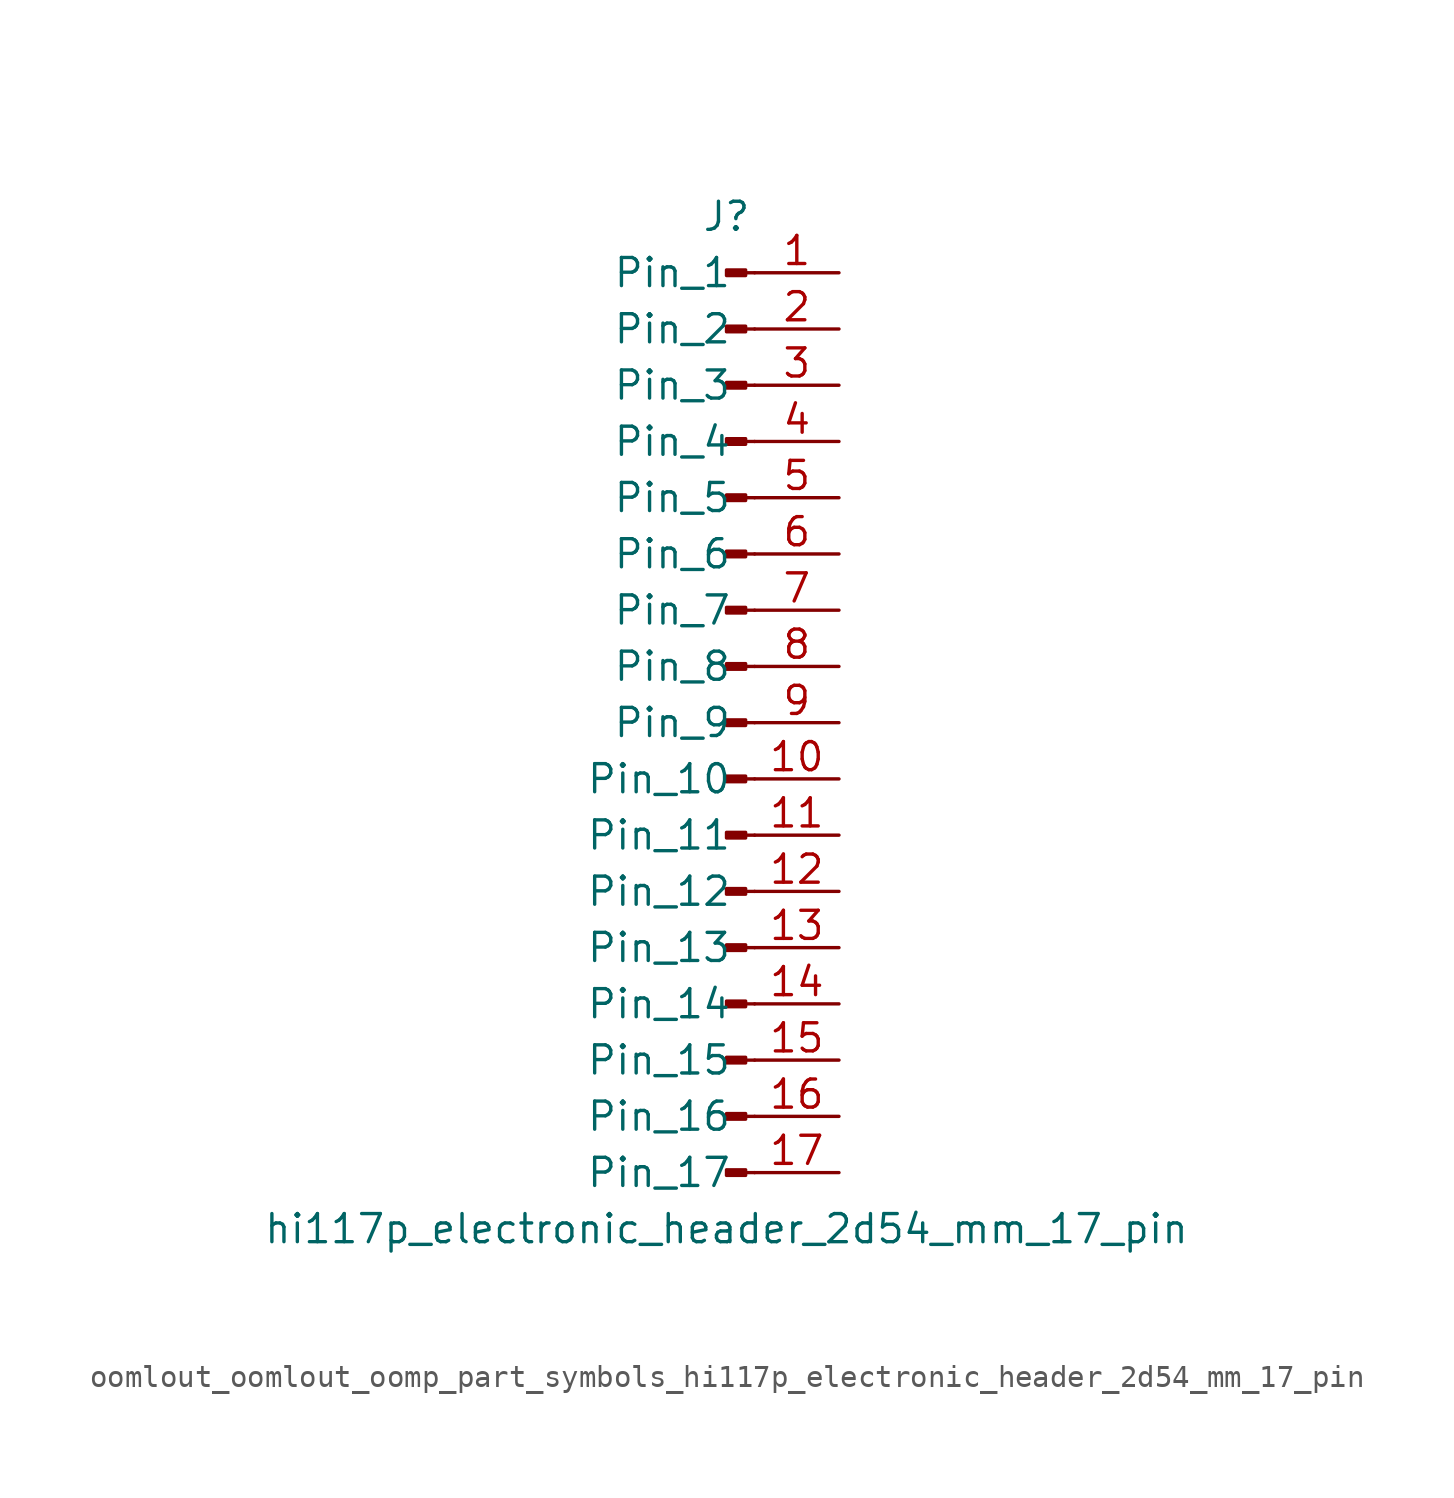
<source format=kicad_sym>
(kicad_symbol_lib
  (version 20220914)
  (generator kicad_symbol_editor)
  (symbol "oomlout_oomlout_oomp_part_symbols_hi117p_electronic_header_2d54_mm_17_pin"
    (pin_names
      (offset 1.016))
    (property "Reference" "J"
      (at 0 22.86 0)
      (effects (font (size 1.27 1.27))))
    (property "Value" "hi117p_electronic_header_2d54_mm_17_pin"
      (at 0 -22.86 0)
      (effects (font (size 1.27 1.27))))
    (property "ki_locked" ""
      (at 0 0 0)
      (effects (font (size 1.27 1.27))))
    (symbol "oomlout_oomlout_oomp_part_symbols_hi117p_electronic_header_2d54_mm_17_pin_1_1"
      (polyline (pts (xy 1.27 -20.32) (xy 0.864 -20.32)) (stroke (width 0.152) (type default)) (fill (type none)))
      (polyline (pts (xy 1.27 -17.78) (xy 0.864 -17.78)) (stroke (width 0.152) (type default)) (fill (type none)))
      (polyline (pts (xy 1.27 -15.24) (xy 0.864 -15.24)) (stroke (width 0.152) (type default)) (fill (type none)))
      (polyline (pts (xy 1.27 -12.7) (xy 0.864 -12.7)) (stroke (width 0.152) (type default)) (fill (type none)))
      (polyline (pts (xy 1.27 -10.16) (xy 0.864 -10.16)) (stroke (width 0.152) (type default)) (fill (type none)))
      (polyline (pts (xy 1.27 -7.62) (xy 0.864 -7.62)) (stroke (width 0.152) (type default)) (fill (type none)))
      (polyline (pts (xy 1.27 -5.08) (xy 0.864 -5.08)) (stroke (width 0.152) (type default)) (fill (type none)))
      (polyline (pts (xy 1.27 -2.54) (xy 0.864 -2.54)) (stroke (width 0.152) (type default)) (fill (type none)))
      (polyline (pts (xy 1.27 0) (xy 0.864 0)) (stroke (width 0.152) (type default)) (fill (type none)))
      (polyline (pts (xy 1.27 2.54) (xy 0.864 2.54)) (stroke (width 0.152) (type default)) (fill (type none)))
      (polyline (pts (xy 1.27 5.08) (xy 0.864 5.08)) (stroke (width 0.152) (type default)) (fill (type none)))
      (polyline (pts (xy 1.27 7.62) (xy 0.864 7.62)) (stroke (width 0.152) (type default)) (fill (type none)))
      (polyline (pts (xy 1.27 10.16) (xy 0.864 10.16)) (stroke (width 0.152) (type default)) (fill (type none)))
      (polyline (pts (xy 1.27 12.7) (xy 0.864 12.7)) (stroke (width 0.152) (type default)) (fill (type none)))
      (polyline (pts (xy 1.27 15.24) (xy 0.864 15.24)) (stroke (width 0.152) (type default)) (fill (type none)))
      (polyline (pts (xy 1.27 17.78) (xy 0.864 17.78)) (stroke (width 0.152) (type default)) (fill (type none)))
      (polyline (pts (xy 1.27 20.32) (xy 0.864 20.32)) (stroke (width 0.152) (type default)) (fill (type none)))
      (rectangle (start 0.864 -20.193) (end 0 -20.447) (stroke (width 0.152) (type default)) (fill (type outline)))
      (rectangle (start 0.864 -17.653) (end 0 -17.907) (stroke (width 0.152) (type default)) (fill (type outline)))
      (rectangle (start 0.864 -15.113) (end 0 -15.367) (stroke (width 0.152) (type default)) (fill (type outline)))
      (rectangle (start 0.864 -12.573) (end 0 -12.827) (stroke (width 0.152) (type default)) (fill (type outline)))
      (rectangle (start 0.864 -10.033) (end 0 -10.287) (stroke (width 0.152) (type default)) (fill (type outline)))
      (rectangle (start 0.864 -7.493) (end 0 -7.747) (stroke (width 0.152) (type default)) (fill (type outline)))
      (rectangle (start 0.864 -4.953) (end 0 -5.207) (stroke (width 0.152) (type default)) (fill (type outline)))
      (rectangle (start 0.864 -2.413) (end 0 -2.667) (stroke (width 0.152) (type default)) (fill (type outline)))
      (rectangle (start 0.864 0.127) (end 0 -0.127) (stroke (width 0.152) (type default)) (fill (type outline)))
      (rectangle (start 0.864 2.667) (end 0 2.413) (stroke (width 0.152) (type default)) (fill (type outline)))
      (rectangle (start 0.864 5.207) (end 0 4.953) (stroke (width 0.152) (type default)) (fill (type outline)))
      (rectangle (start 0.864 7.747) (end 0 7.493) (stroke (width 0.152) (type default)) (fill (type outline)))
      (rectangle (start 0.864 10.287) (end 0 10.033) (stroke (width 0.152) (type default)) (fill (type outline)))
      (rectangle (start 0.864 12.827) (end 0 12.573) (stroke (width 0.152) (type default)) (fill (type outline)))
      (rectangle (start 0.864 15.367) (end 0 15.113) (stroke (width 0.152) (type default)) (fill (type outline)))
      (rectangle (start 0.864 17.907) (end 0 17.653) (stroke (width 0.152) (type default)) (fill (type outline)))
      (rectangle (start 0.864 20.447) (end 0 20.193) (stroke (width 0.152) (type default)) (fill (type outline)))
      (pin passive line (at 5.08 20.32 180) (length 3.81) (name "Pin_1" (effects (font (size 1.27 1.27)))) (number "1" (effects (font (size 1.27 1.27)))))
      (pin passive line (at 5.08 -2.54 180) (length 3.81) (name "Pin_10" (effects (font (size 1.27 1.27)))) (number "10" (effects (font (size 1.27 1.27)))))
      (pin passive line (at 5.08 -5.08 180) (length 3.81) (name "Pin_11" (effects (font (size 1.27 1.27)))) (number "11" (effects (font (size 1.27 1.27)))))
      (pin passive line (at 5.08 -7.62 180) (length 3.81) (name "Pin_12" (effects (font (size 1.27 1.27)))) (number "12" (effects (font (size 1.27 1.27)))))
      (pin passive line (at 5.08 -10.16 180) (length 3.81) (name "Pin_13" (effects (font (size 1.27 1.27)))) (number "13" (effects (font (size 1.27 1.27)))))
      (pin passive line (at 5.08 -12.7 180) (length 3.81) (name "Pin_14" (effects (font (size 1.27 1.27)))) (number "14" (effects (font (size 1.27 1.27)))))
      (pin passive line (at 5.08 -15.24 180) (length 3.81) (name "Pin_15" (effects (font (size 1.27 1.27)))) (number "15" (effects (font (size 1.27 1.27)))))
      (pin passive line (at 5.08 -17.78 180) (length 3.81) (name "Pin_16" (effects (font (size 1.27 1.27)))) (number "16" (effects (font (size 1.27 1.27)))))
      (pin passive line (at 5.08 -20.32 180) (length 3.81) (name "Pin_17" (effects (font (size 1.27 1.27)))) (number "17" (effects (font (size 1.27 1.27)))))
      (pin passive line (at 5.08 17.78 180) (length 3.81) (name "Pin_2" (effects (font (size 1.27 1.27)))) (number "2" (effects (font (size 1.27 1.27)))))
      (pin passive line (at 5.08 15.24 180) (length 3.81) (name "Pin_3" (effects (font (size 1.27 1.27)))) (number "3" (effects (font (size 1.27 1.27)))))
      (pin passive line (at 5.08 12.7 180) (length 3.81) (name "Pin_4" (effects (font (size 1.27 1.27)))) (number "4" (effects (font (size 1.27 1.27)))))
      (pin passive line (at 5.08 10.16 180) (length 3.81) (name "Pin_5" (effects (font (size 1.27 1.27)))) (number "5" (effects (font (size 1.27 1.27)))))
      (pin passive line (at 5.08 7.62 180) (length 3.81) (name "Pin_6" (effects (font (size 1.27 1.27)))) (number "6" (effects (font (size 1.27 1.27)))))
      (pin passive line (at 5.08 5.08 180) (length 3.81) (name "Pin_7" (effects (font (size 1.27 1.27)))) (number "7" (effects (font (size 1.27 1.27)))))
      (pin passive line (at 5.08 2.54 180) (length 3.81) (name "Pin_8" (effects (font (size 1.27 1.27)))) (number "8" (effects (font (size 1.27 1.27)))))
      (pin passive line (at 5.08 0 180) (length 3.81) (name "Pin_9" (effects (font (size 1.27 1.27)))) (number "9" (effects (font (size 1.27 1.27))))))))
</source>
